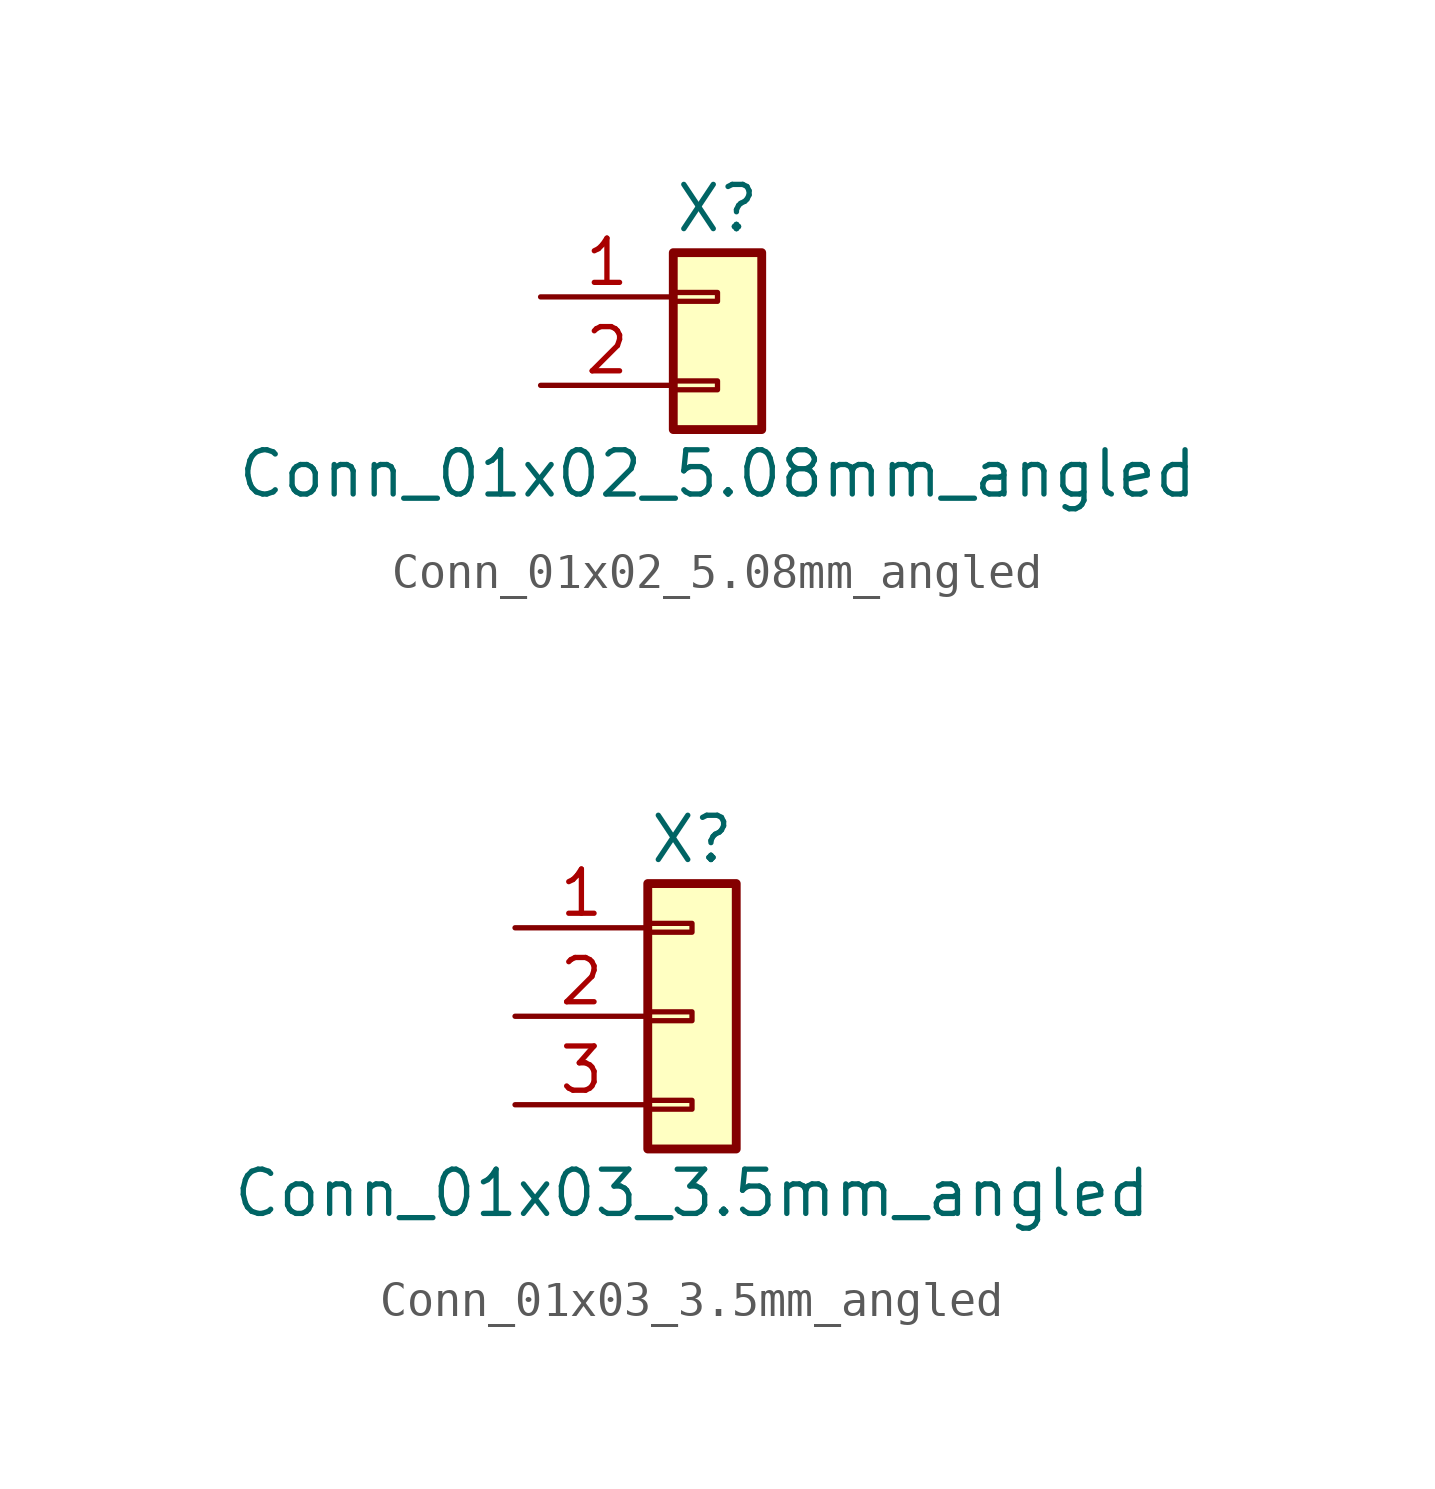
<source format=kicad_sym>
(kicad_symbol_lib
  (version 20220914)
  (generator kicad_db_lib)
  (symbol "Conn_01x02_5.08mm_angled"
    (pin_names
      (offset 1.016) hide)
    (property "Reference" "X"
      (at 0 2.54 0)
      (effects (font (size 1.27 1.27))))
    (property "Value" "Conn_01x02_5.08mm_angled"
      (at 0 -5.08 0)
      (effects (font (size 1.27 1.27))))
    (symbol "Conn_01x02_5.08mm_angled_1_1"
      (rectangle (start -1.27 -2.413) (end 0 -2.667) (stroke (width 0.152) (type default)) (fill (type none)))
      (rectangle (start -1.27 0.127) (end 0 -0.127) (stroke (width 0.152) (type default)) (fill (type none)))
      (rectangle (start -1.27 1.27) (end 1.27 -3.81) (stroke (width 0.254) (type default)) (fill (type background)))
      (pin passive line (at -5.08 0 0) (length 3.81) (name "Pin_1" (effects (font (size 1.27 1.27)))) (number "1" (effects (font (size 1.27 1.27)))))
      (pin passive line (at -5.08 -2.54 0) (length 3.81) (name "Pin_2" (effects (font (size 1.27 1.27)))) (number "2" (effects (font (size 1.27 1.27)))))))
  (symbol "Conn_01x03_3.5mm_angled"
    (pin_names
      (offset 1.016) hide)
    (property "Reference" "X"
      (at 0 5.08 0)
      (effects (font (size 1.27 1.27))))
    (property "Value" "Conn_01x03_3.5mm_angled"
      (at 0 -5.08 0)
      (effects (font (size 1.27 1.27))))
    (symbol "Conn_01x03_3.5mm_angled_1_1"
      (rectangle (start -1.27 -2.413) (end 0 -2.667) (stroke (width 0.152) (type default)) (fill (type none)))
      (rectangle (start -1.27 0.127) (end 0 -0.127) (stroke (width 0.152) (type default)) (fill (type none)))
      (rectangle (start -1.27 2.667) (end 0 2.413) (stroke (width 0.152) (type default)) (fill (type none)))
      (rectangle (start -1.27 3.81) (end 1.27 -3.81) (stroke (width 0.254) (type default)) (fill (type background)))
      (pin passive line (at -5.08 2.54 0) (length 3.81) (name "Pin_1" (effects (font (size 1.27 1.27)))) (number "1" (effects (font (size 1.27 1.27)))))
      (pin passive line (at -5.08 0 0) (length 3.81) (name "Pin_2" (effects (font (size 1.27 1.27)))) (number "2" (effects (font (size 1.27 1.27)))))
      (pin passive line (at -5.08 -2.54 0) (length 3.81) (name "Pin_3" (effects (font (size 1.27 1.27)))) (number "3" (effects (font (size 1.27 1.27))))))))
</source>
